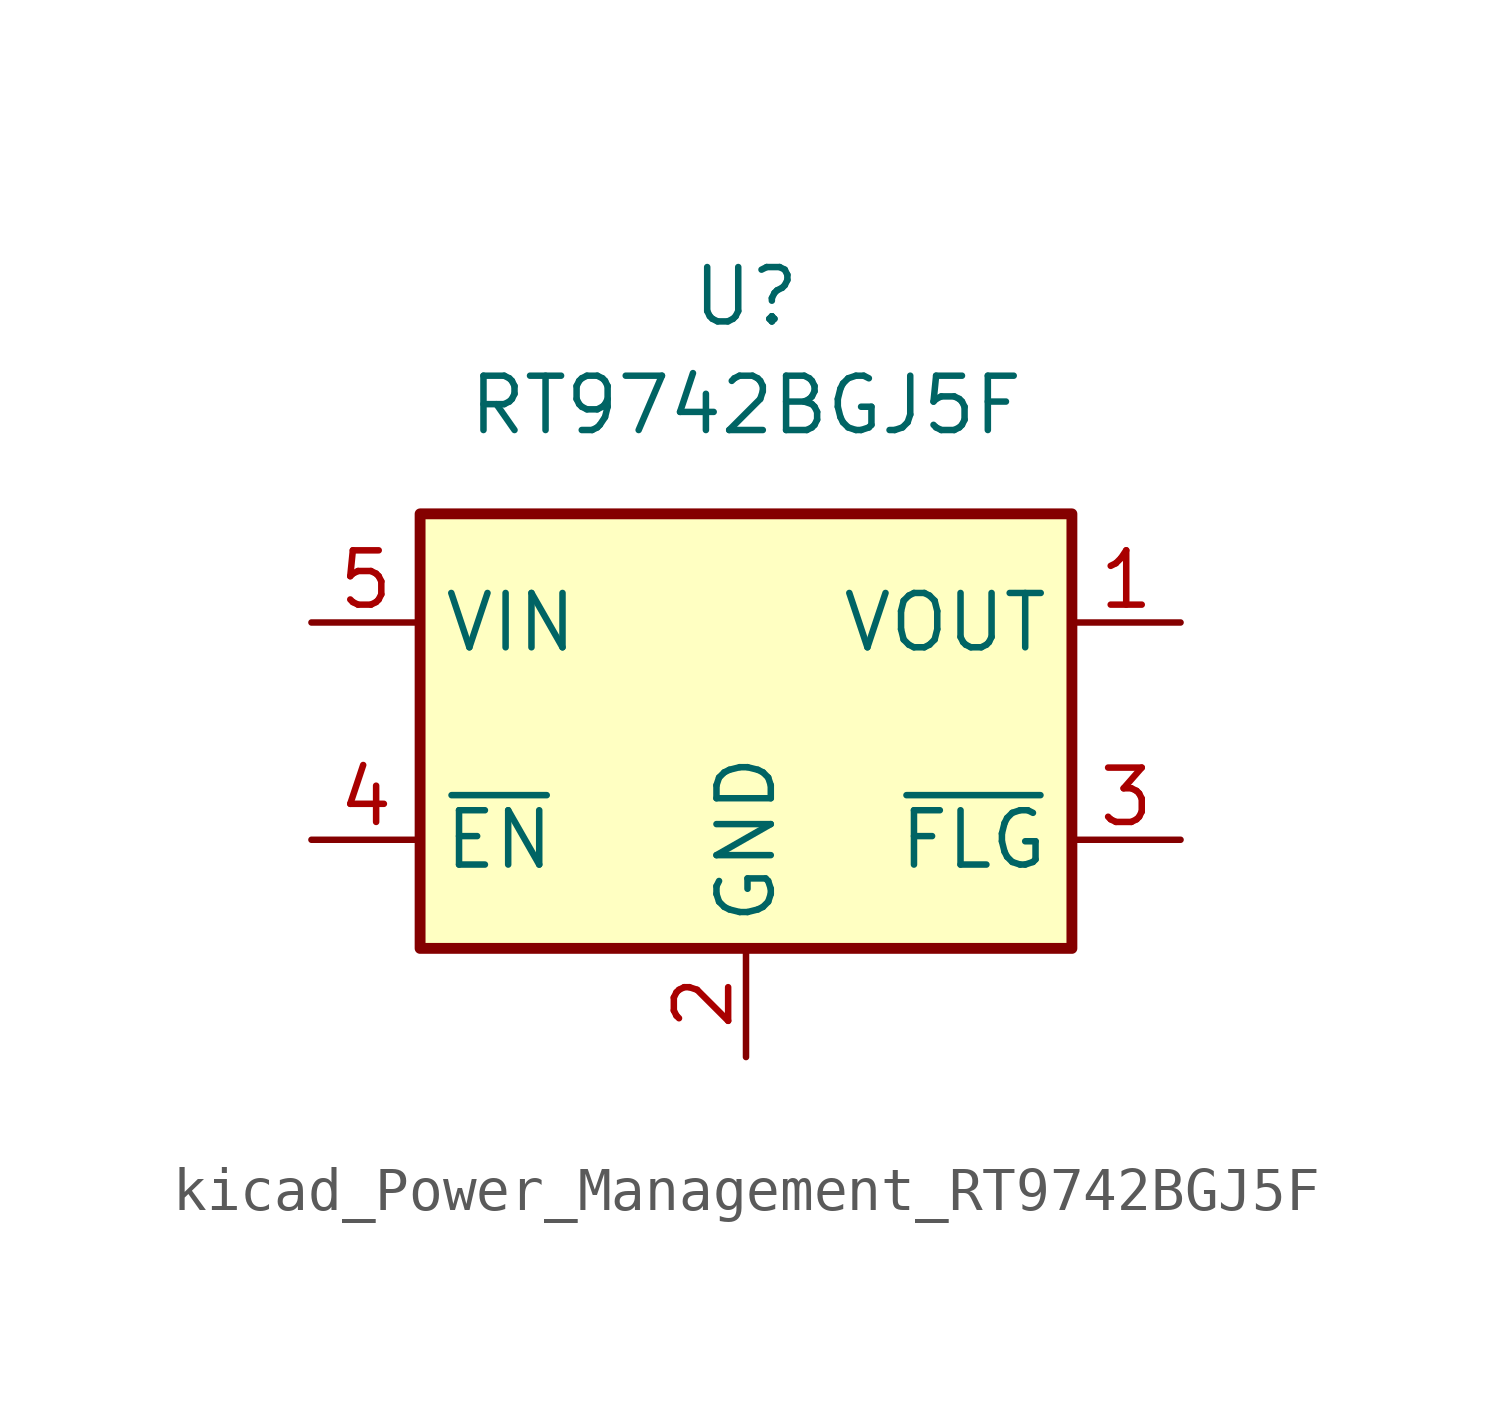
<source format=kicad_sym>
(kicad_symbol_lib
  (version 20220914)
  (generator kicad_symbol_editor)
  (symbol "kicad_Power_Management_RT9742BGJ5F"
    (property "Reference" "U"
      (at 0 10.16 0)
      (effects (font (size 1.27 1.27))))
    (property "Value" "RT9742BGJ5F"
      (at 0 7.62 0)
      (effects (font (size 1.27 1.27))))
    (symbol "kicad_Power_Management_RT9742BGJ5F_0_1"
      (rectangle (start -7.62 5.08) (end 7.62 -5.08) (stroke (width 0.254) (type default)) (fill (type background))))
    (symbol "kicad_Power_Management_RT9742BGJ5F_1_1"
      (pin power_out line (at 10.16 2.54 180) (length 2.54) (name "VOUT" (effects (font (size 1.27 1.27)))) (number "1" (effects (font (size 1.27 1.27)))))
      (pin power_in line (at 0 -7.62 90) (length 2.54) (name "GND" (effects (font (size 1.27 1.27)))) (number "2" (effects (font (size 1.27 1.27)))))
      (pin open_collector line (at 10.16 -2.54 180) (length 2.54) (name "~{FLG}" (effects (font (size 1.27 1.27)))) (number "3" (effects (font (size 1.27 1.27)))))
      (pin input line (at -10.16 -2.54 0) (length 2.54) (name "~{EN}" (effects (font (size 1.27 1.27)))) (number "4" (effects (font (size 1.27 1.27)))))
      (pin power_in line (at -10.16 2.54 0) (length 2.54) (name "VIN" (effects (font (size 1.27 1.27)))) (number "5" (effects (font (size 1.27 1.27))))))))
</source>
